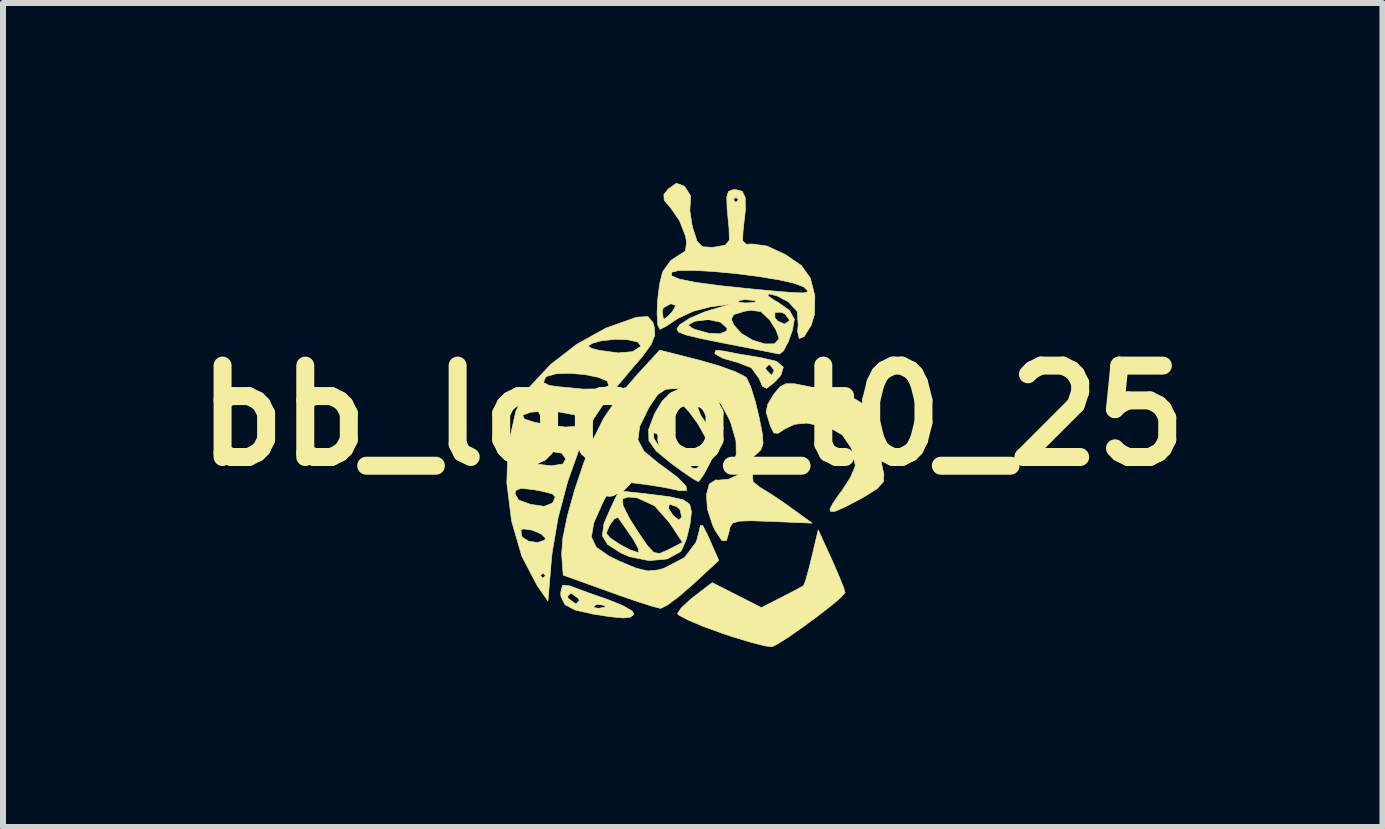
<source format=kicad_pcb>
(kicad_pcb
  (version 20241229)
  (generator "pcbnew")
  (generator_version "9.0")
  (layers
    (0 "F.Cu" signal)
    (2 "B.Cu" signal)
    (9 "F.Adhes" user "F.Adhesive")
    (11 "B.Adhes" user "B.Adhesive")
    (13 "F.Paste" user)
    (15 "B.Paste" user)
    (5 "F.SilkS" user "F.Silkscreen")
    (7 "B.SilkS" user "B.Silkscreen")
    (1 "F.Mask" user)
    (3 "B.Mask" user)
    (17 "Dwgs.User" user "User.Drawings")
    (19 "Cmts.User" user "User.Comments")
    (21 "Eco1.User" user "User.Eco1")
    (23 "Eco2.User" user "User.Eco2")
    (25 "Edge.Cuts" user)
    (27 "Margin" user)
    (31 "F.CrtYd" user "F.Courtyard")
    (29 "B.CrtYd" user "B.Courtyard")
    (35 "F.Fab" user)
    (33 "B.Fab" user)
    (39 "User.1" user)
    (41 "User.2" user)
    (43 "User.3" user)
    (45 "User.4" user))
  (footprint "bb_logo_t0_25"
    (layer "F.Cu")
    (at 8.498 3.879)
    (property "Reference" "bb_logo_t0_25" (at 0 0 0) (layer "F.SilkS") (effects (font (size 1.524 1.524) (thickness 0.3))))
    (attr through_hole)
    (fp_poly (pts (xy 0.994 0.951) (xy 1.006 1.103) (xy 1.122 1.197) (xy 1.302 1.306) (xy 1.542 1.468) (xy 1.648 1.544) (xy 1.99 1.792) (xy 1.312 1.764) (xy 0.976 1.752) (xy 0.772 1.759) (xy 0.666 1.791) (xy 0.621 1.857) (xy 0.608 1.926) (xy 0.562 2.084) (xy 0.486 2.082) (xy 0.377 1.918) (xy 0.331 1.824) (xy 0.245 1.558) (xy 0.229 1.316) (xy 0.277 1.14) (xy 0.386 1.071) (xy 0.423 1.076) (xy 0.596 1.06) (xy 0.805 0.966) (xy 0.813 0.96) (xy 0.969 0.864) (xy 1.019 0.863) (xy 0.994 0.951)) (stroke (width 0.01) (type solid)) (fill yes) (layer "F.SilkS"))
    (fp_poly (pts (xy 0.517 -1.077) (xy 0.725 -1.035) (xy 1.009 -0.987) (xy 1.122 -0.97) (xy 1.398 -0.905) (xy 1.511 -0.808) (xy 1.467 -0.669) (xy 1.357 -0.552) (xy 1.232 -0.455) (xy 1.163 -0.488) (xy 1.107 -0.619) (xy 0.98 -0.795) (xy 1.214 -0.795) (xy 1.228 -0.762) (xy 1.304 -0.681) (xy 1.317 -0.677) (xy 1.354 -0.743) (xy 1.355 -0.762) (xy 1.29 -0.843) (xy 1.265 -0.847) (xy 1.214 -0.795) (xy 0.98 -0.795) (xy 0.977 -0.798) (xy 0.735 -0.892) (xy 0.723 -0.894) (xy 0.508 -0.954) (xy 0.376 -1.027) (xy 0.367 -1.038) (xy 0.387 -1.091) (xy 0.517 -1.077)) (stroke (width 0.01) (type solid)) (fill yes) (layer "F.SilkS"))
    (fp_poly (pts (xy 2.316 2.394) (xy 2.432 2.659) (xy 2.514 2.861) (xy 2.54 2.95) (xy 2.476 3.025) (xy 2.311 3.165) (xy 2.082 3.343) (xy 1.829 3.529) (xy 1.59 3.696) (xy 1.403 3.813) (xy 1.324 3.852) (xy 1.206 3.839) (xy 0.97 3.779) (xy 0.657 3.684) (xy 0.487 3.627) (xy 0.164 3.509) (xy -0.088 3.402) (xy -0.233 3.324) (xy -0.254 3.299) (xy -0.192 3.207) (xy -0.038 3.063) (xy 0.036 3.005) (xy 0.325 2.784) (xy 1.145 3.2) (xy 1.482 3.028) (xy 1.692 2.92) (xy 1.827 2.846) (xy 1.849 2.832) (xy 1.883 2.743) (xy 1.94 2.539) (xy 1.985 2.356) (xy 2.092 1.905) (xy 2.316 2.394)) (stroke (width 0.01) (type solid)) (fill yes) (layer "F.SilkS"))
    (fp_poly (pts (xy -2.053 2.836) (xy -1.895 2.896) (xy -1.64 2.988) (xy -1.418 3.065) (xy -1.171 3.164) (xy -1.013 3.255) (xy -0.979 3.31) (xy -1.038 3.359) (xy -1.158 3.373) (xy -1.377 3.352) (xy -1.651 3.31) (xy -1.959 3.241) (xy -2.042 3.197) (xy -1.657 3.197) (xy -1.573 3.211) (xy -1.464 3.195) (xy -1.462 3.166) (xy -1.576 3.146) (xy -1.625 3.159) (xy -1.657 3.197) (xy -2.042 3.197) (xy -2.13 3.15) (xy -2.197 3.015) (xy -2.088 3.015) (xy -2.074 3.048) (xy -1.962 3.13) (xy -1.937 3.133) (xy -1.891 3.081) (xy -1.905 3.048) (xy -2.017 2.966) (xy -2.042 2.963) (xy -2.088 3.015) (xy -2.197 3.015) (xy -2.197 3.015) (xy -2.201 2.949) (xy -2.169 2.826) (xy -2.053 2.836)) (stroke (width 0.01) (type solid)) (fill yes) (layer "F.SilkS"))
    (fp_poly (pts (xy 1.693 -0.532) (xy 1.934 -0.485) (xy 2.053 -0.458) (xy 2.445 -0.364) (xy 2.705 -0.279) (xy 2.865 -0.176) (xy 2.96 -0.029) (xy 3.022 0.187) (xy 3.048 0.312) (xy 3.109 0.612) (xy 3.162 0.865) (xy 3.187 0.979) (xy 3.18 1.099) (xy 3.076 1.216) (xy 2.848 1.359) (xy 2.809 1.381) (xy 2.53 1.527) (xy 2.369 1.596) (xy 2.298 1.596) (xy 2.286 1.561) (xy 2.333 1.469) (xy 2.45 1.299) (xy 2.498 1.235) (xy 2.632 1.027) (xy 2.705 0.854) (xy 2.709 0.821) (xy 2.649 0.55) (xy 2.496 0.323) (xy 2.293 0.204) (xy 2.051 0.155) (xy 1.899 0.124) (xy 1.698 0.144) (xy 1.539 0.219) (xy 1.423 0.294) (xy 1.353 0.289) (xy 1.297 0.178) (xy 1.224 -0.058) (xy 1.251 -0.19) (xy 1.358 -0.366) (xy 1.36 -0.368) (xy 1.455 -0.48) (xy 1.55 -0.532) (xy 1.693 -0.532)) (stroke (width 0.01) (type solid)) (fill yes) (layer "F.SilkS"))
    (fp_poly (pts (xy -0.736 1.308) (xy -0.378 1.353) (xy -0.159 1.403) (xy -0.05 1.479) (xy -0.021 1.603) (xy -0.043 1.796) (xy -0.045 1.81) (xy -0.105 2.057) (xy -0.183 2.239) (xy -0.205 2.268) (xy -0.425 2.389) (xy -0.728 2.417) (xy -1.055 2.351) (xy -1.206 2.284) (xy -1.42 2.146) (xy -1.507 2.001) (xy -1.502 1.966) (xy -1.438 1.966) (xy -1.373 2.041) (xy -1.218 2.145) (xy -1.041 2.239) (xy -0.906 2.283) (xy -0.904 2.283) (xy -0.903 2.224) (xy -0.983 2.075) (xy -1.025 2.011) (xy -1.154 1.826) (xy -1.238 1.708) (xy -1.247 1.696) (xy -1.307 1.72) (xy -1.387 1.827) (xy -1.436 1.948) (xy -1.438 1.966) (xy -1.502 1.966) (xy -1.48 1.802) (xy -1.377 1.561) (xy -1.295 1.388) (xy -1.168 1.388) (xy -1.162 1.499) (xy -1.058 1.708) (xy -0.911 1.94) (xy -0.754 2.169) (xy -0.649 2.281) (xy -0.553 2.298) (xy -0.425 2.244) (xy -0.403 2.233) (xy -0.17 2.113) (xy -0.387 1.784) (xy -0.6 1.543) (xy -0.406 1.543) (xy -0.333 1.658) (xy -0.231 1.741) (xy -0.183 1.693) (xy -0.213 1.564) (xy -0.262 1.519) (xy -0.389 1.475) (xy -0.406 1.543) (xy -0.6 1.543) (xy -0.636 1.503) (xy -0.924 1.371) (xy -1.079 1.356) (xy -1.168 1.388) (xy -1.295 1.388) (xy -1.23 1.253) (xy -0.736 1.308)) (stroke (width 0.01) (type solid)) (fill yes) (layer "F.SilkS"))
    (fp_poly (pts (xy 0.058 -0.281) (xy 0.296 -0.137) (xy 0.462 0.054) (xy 0.508 0.206) (xy 0.475 0.344) (xy 0.393 0.555) (xy 0.288 0.786) (xy 0.183 0.982) (xy 0.105 1.091) (xy 0.089 1.098) (xy 0.002 1.05) (xy -0.178 0.927) (xy -0.36 0.794) (xy -0.61 0.588) (xy -0.73 0.418) (xy -0.734 0.287) (xy -0.654 0.287) (xy -0.647 0.381) (xy -0.594 0.464) (xy -0.478 0.58) (xy -0.451 0.556) (xy -0.512 0.416) (xy -0.601 0.298) (xy -0.654 0.287) (xy -0.734 0.287) (xy -0.736 0.234) (xy -0.676 0.075) (xy -0.521 0.075) (xy -0.487 0.218) (xy -0.367 0.42) (xy -0.276 0.549) (xy -0.108 0.773) (xy -0.003 0.876) (xy 0.069 0.879) (xy 0.139 0.803) (xy 0.232 0.62) (xy 0.254 0.511) (xy 0.206 0.35) (xy 0.089 0.14) (xy -0.061 -0.066) (xy -0.123 -0.131) (xy 0.085 -0.131) (xy 0.13 -0.01) (xy 0.231 0.14) (xy 0.333 0.243) (xy 0.362 0.254) (xy 0.382 0.193) (xy 0.341 0.089) (xy 0.242 -0.054) (xy 0.142 -0.145) (xy 0.086 -0.145) (xy 0.085 -0.131) (xy -0.123 -0.131) (xy -0.204 -0.214) (xy -0.286 -0.254) (xy -0.401 -0.185) (xy -0.485 -0.058) (xy -0.521 0.075) (xy -0.676 0.075) (xy -0.643 -0.013) (xy -0.625 -0.051) (xy -0.507 -0.247) (xy -0.36 -0.327) (xy -0.198 -0.339) (xy 0.058 -0.281)) (stroke (width 0.01) (type solid)) (fill yes) (layer "F.SilkS"))
    (fp_poly (pts (xy 0.127 -0.92) (xy 0.454 -0.825) (xy 0.72 -0.728) (xy 0.88 -0.645) (xy 0.899 -0.627) (xy 0.966 -0.483) (xy 1.044 -0.233) (xy 1.103 0.011) (xy 1.16 0.296) (xy 1.173 0.466) (xy 1.135 0.571) (xy 1.04 0.661) (xy 1.009 0.686) (xy 0.812 0.817) (xy 0.718 0.822) (xy 0.713 0.698) (xy 0.725 0.643) (xy 0.721 0.418) (xy 0.634 0.119) (xy 0.606 0.053) (xy 0.47 -0.197) (xy 0.303 -0.346) (xy 0.057 -0.423) (xy -0.267 -0.453) (xy -0.451 -0.439) (xy -0.584 -0.351) (xy -0.721 -0.15) (xy -0.734 -0.127) (xy -0.884 0.178) (xy -0.914 0.404) (xy -0.811 0.595) (xy -0.565 0.799) (xy -0.508 0.839) (xy -0.249 1.032) (xy -0.112 1.173) (xy -0.102 1.249) (xy -0.228 1.249) (xy -0.275 1.238) (xy -0.472 1.197) (xy -0.752 1.152) (xy -0.89 1.134) (xy -1.315 1.082) (xy -1.504 1.46) (xy -1.651 1.792) (xy -1.689 2.024) (xy -1.607 2.194) (xy -1.395 2.342) (xy -1.227 2.424) (xy -0.945 2.543) (xy -0.748 2.589) (xy -0.573 2.572) (xy -0.475 2.543) (xy -0.135 2.365) (xy 0.06 2.104) (xy 0.102 1.947) (xy 0.128 1.831) (xy 0.167 1.834) (xy 0.24 1.974) (xy 0.285 2.074) (xy 0.435 2.413) (xy -0.000118 2.815) (xy -0.231 3.015) (xy -0.422 3.158) (xy -0.533 3.213) (xy -0.535 3.213) (xy -0.654 3.184) (xy -0.892 3.109) (xy -1.207 3.001) (xy -1.397 2.933) (xy -2.159 2.659) (xy -2.185 2.308) (xy -2.165 2.041) (xy -2.088 1.667) (xy -1.967 1.234) (xy -1.817 0.789) (xy -1.652 0.379) (xy -1.487 0.049) (xy -1.483 0.042) (xy -1.31 -0.212) (xy -1.079 -0.507) (xy -0.916 -0.694) (xy -0.55 -1.092) (xy 0.127 -0.92)) (stroke (width 0.01) (type solid)) (fill yes) (layer "F.SilkS"))
    (fp_poly (pts (xy -0.663 -1.552) (xy -0.641 -1.476) (xy -0.633 -1.34) (xy -0.692 -1.189) (xy -0.838 -0.987) (xy -1.017 -0.779) (xy -1.263 -0.486) (xy -1.492 -0.187) (xy -1.652 0.052) (xy -1.88 0.523) (xy -2.084 1.097) (xy -2.246 1.709) (xy -2.345 2.294) (xy -2.356 2.406) (xy -2.413 3.09) (xy -2.591 2.836) (xy -2.68 2.667) (xy -2.54 2.667) (xy -2.498 2.709) (xy -2.455 2.667) (xy -2.498 2.625) (xy -2.54 2.667) (xy -2.68 2.667) (xy -2.849 2.344) (xy -2.977 1.903) (xy -2.862 1.903) (xy -2.857 1.993) (xy -2.84 2.026) (xy -2.733 2.096) (xy -2.583 2.114) (xy -2.471 2.078) (xy -2.455 2.042) (xy -2.525 1.971) (xy -2.675 1.909) (xy -2.819 1.888) (xy -2.862 1.903) (xy -2.977 1.903) (xy -3.02 1.755) (xy -3.076 1.303) (xy -2.963 1.303) (xy -2.902 1.406) (xy -2.706 1.478) (xy -2.481 1.512) (xy -2.348 1.462) (xy -2.325 1.434) (xy -2.291 1.355) (xy -2.336 1.306) (xy -2.494 1.264) (xy -2.646 1.235) (xy -2.86 1.211) (xy -2.951 1.248) (xy -2.963 1.303) (xy -3.076 1.303) (xy -3.099 1.124) (xy -3.082 0.62) (xy -2.963 0.62) (xy -2.902 0.728) (xy -2.705 0.798) (xy -2.358 0.835) (xy -2.349 0.835) (xy -2.162 0.805) (xy -2.117 0.72) (xy -2.183 0.625) (xy -2.391 0.593) (xy -2.406 0.593) (xy -2.646 0.578) (xy -2.825 0.543) (xy -2.829 0.541) (xy -2.943 0.549) (xy -2.963 0.62) (xy -3.082 0.62) (xy -3.078 0.503) (xy -2.964 -0.004) (xy -2.834 -0.004) (xy -2.806 0.057) (xy -2.634 0.113) (xy -2.309 0.167) (xy -2.117 0.19) (xy -1.93 0.178) (xy -1.841 0.113) (xy -1.874 0.032) (xy -1.971 -0.013) (xy -2.217 -0.06) (xy -2.482 -0.074) (xy -2.707 -0.057) (xy -2.83 -0.009) (xy -2.834 -0.004) (xy -2.964 -0.004) (xy -2.953 -0.055) (xy -2.935 -0.104) (xy -2.716 -0.481) (xy -2.65 -0.552) (xy -2.489 -0.552) (xy -2.395 -0.505) (xy -2.27 -0.485) (xy -1.831 -0.443) (xy -1.546 -0.446) (xy -1.407 -0.494) (xy -1.399 -0.506) (xy -1.428 -0.579) (xy -1.578 -0.64) (xy -1.801 -0.685) (xy -2.05 -0.706) (xy -2.275 -0.699) (xy -2.429 -0.656) (xy -2.456 -0.635) (xy -2.489 -0.552) (xy -2.65 -0.552) (xy -2.369 -0.853) (xy -1.97 -1.161) (xy -1.746 -1.161) (xy -1.686 -1.121) (xy -1.566 -1.09) (xy -1.246 -1.046) (xy -1.001 -1.067) (xy -0.873 -1.151) (xy -0.867 -1.164) (xy -0.917 -1.228) (xy -1.081 -1.265) (xy -1.305 -1.272) (xy -1.535 -1.246) (xy -1.665 -1.209) (xy -1.746 -1.161) (xy -1.97 -1.161) (xy -1.934 -1.189) (xy -1.449 -1.459) (xy -0.956 -1.634) (xy -0.919 -1.642) (xy -0.747 -1.652) (xy -0.663 -1.552)) (stroke (width 0.01) (type solid)) (fill yes) (layer "F.SilkS"))
    (fp_poly (pts (xy -0.154 -3.831) (xy -0.127 -3.81) (xy -0.037 -3.667) (xy -0.039 -3.576) (xy -0.048 -3.42) (xy -0.013 -3.185) (xy 0.004 -3.119) (xy 0.073 -2.906) (xy 0.161 -2.816) (xy 0.316 -2.806) (xy 0.364 -2.81) (xy 0.544 -2.842) (xy 0.611 -2.926) (xy 0.605 -3.117) (xy 0.604 -3.133) (xy 0.573 -3.455) (xy 0.569 -3.598) (xy 0.677 -3.598) (xy 0.72 -3.556) (xy 0.762 -3.598) (xy 0.72 -3.641) (xy 0.677 -3.598) (xy 0.569 -3.598) (xy 0.568 -3.644) (xy 0.595 -3.736) (xy 0.662 -3.765) (xy 0.72 -3.768) (xy 0.824 -3.74) (xy 0.875 -3.637) (xy 0.878 -3.429) (xy 0.84 -3.09) (xy 0.831 -2.914) (xy 0.895 -2.857) (xy 0.99 -2.862) (xy 1.235 -2.828) (xy 1.545 -2.685) (xy 1.812 -2.502) (xy 1.96 -2.294) (xy 2.036 -1.999) (xy 2.03 -1.688) (xy 1.973 -1.503) (xy 1.856 -1.318) (xy 1.776 -1.285) (xy 1.748 -1.404) (xy 1.758 -1.514) (xy 1.743 -1.735) (xy 1.598 -1.895) (xy 1.408 -1.996) (xy 1.272 -2.03) (xy 1.253 -1.998) (xy 1.363 -1.921) (xy 1.418 -1.892) (xy 1.612 -1.755) (xy 1.693 -1.609) (xy 1.693 -1.602) (xy 1.664 -1.429) (xy 1.594 -1.233) (xy 1.511 -1.078) (xy 1.447 -1.027) (xy 1.348 -1.046) (xy 1.12 -1.091) (xy 0.799 -1.154) (xy 0.523 -1.208) (xy 0.136 -1.286) (xy -0.108 -1.344) (xy -0.233 -1.393) (xy -0.265 -1.443) (xy -0.227 -1.503) (xy -0.219 -1.512) (xy -0.075 -1.512) (xy -0.015 -1.461) (xy 0.042 -1.436) (xy 0.267 -1.373) (xy 0.459 -1.365) (xy 0.567 -1.412) (xy 0.572 -1.46) (xy 0.463 -1.558) (xy 0.263 -1.601) (xy 0.047 -1.576) (xy 0.015 -1.564) (xy -0.075 -1.512) (xy -0.219 -1.512) (xy -0.216 -1.515) (xy -0.072 -1.609) (xy 0.644 -1.609) (xy 0.683 -1.513) (xy 0.813 -1.368) (xy 1.002 -1.257) (xy 1.201 -1.196) (xy 1.362 -1.197) (xy 1.437 -1.275) (xy 1.437 -1.291) (xy 1.388 -1.431) (xy 1.282 -1.597) (xy 1.15 -1.722) (xy 1.369 -1.722) (xy 1.371 -1.631) (xy 1.411 -1.58) (xy 1.528 -1.526) (xy 1.605 -1.575) (xy 1.609 -1.6) (xy 1.541 -1.692) (xy 1.482 -1.724) (xy 1.369 -1.722) (xy 1.15 -1.722) (xy 1.137 -1.735) (xy 0.961 -1.757) (xy 0.861 -1.739) (xy 0.684 -1.685) (xy 0.644 -1.609) (xy -0.072 -1.609) (xy -0.05 -1.624) (xy 0.197 -1.729) (xy 0.277 -1.755) (xy 0.635 -1.859) (xy 0.296 -1.814) (xy 0.01 -1.741) (xy -0.245 -1.622) (xy -0.272 -1.604) (xy -0.441 -1.492) (xy -0.543 -1.44) (xy -0.547 -1.439) (xy -0.583 -1.514) (xy -0.594 -1.7) (xy -0.593 -1.736) (xy -0.508 -1.736) (xy -0.491 -1.623) (xy -0.476 -1.609) (xy -0.403 -1.665) (xy -0.339 -1.736) (xy -0.28 -1.836) (xy -0.357 -1.863) (xy -0.371 -1.863) (xy -0.489 -1.799) (xy -0.508 -1.736) (xy -0.593 -1.736) (xy -0.585 -1.894) (xy 0.75 -1.894) (xy 0.863 -1.88) (xy 0.889 -1.879) (xy 1.034 -1.888) (xy 1.046 -1.915) (xy 1.039 -1.918) (xy 0.871 -1.935) (xy 0.785 -1.921) (xy 0.75 -1.894) (xy -0.585 -1.894) (xy -0.583 -1.943) (xy -0.553 -2.188) (xy -0.518 -2.332) (xy -0.353 -2.332) (xy -0.226 -2.277) (xy 0.041 -2.223) (xy 0.456 -2.167) (xy 0.931 -2.117) (xy 1.375 -2.075) (xy 1.671 -2.051) (xy 1.844 -2.046) (xy 1.915 -2.061) (xy 1.906 -2.096) (xy 1.845 -2.148) (xy 1.698 -2.206) (xy 1.433 -2.265) (xy 1.091 -2.321) (xy 0.712 -2.369) (xy 0.337 -2.404) (xy 0.008 -2.422) (xy -0.236 -2.419) (xy -0.353 -2.39) (xy -0.353 -2.332) (xy -0.518 -2.332) (xy -0.506 -2.38) (xy -0.495 -2.407) (xy -0.365 -2.587) (xy -0.232 -2.674) (xy -0.121 -2.745) (xy -0.103 -2.891) (xy -0.119 -2.989) (xy -0.219 -3.248) (xy -0.356 -3.448) (xy -0.476 -3.592) (xy -0.481 -3.688) (xy -0.402 -3.783) (xy -0.273 -3.874) (xy -0.154 -3.831)) (stroke (width 0.01) (type solid)) (fill yes) (layer "F.SilkS")))
  (gr_rect
    (start -3 -3)
    (end 19.996 10.736)
    (stroke (width 0.1) (type default))
    (fill no)
    (layer "Edge.Cuts")))
</source>
